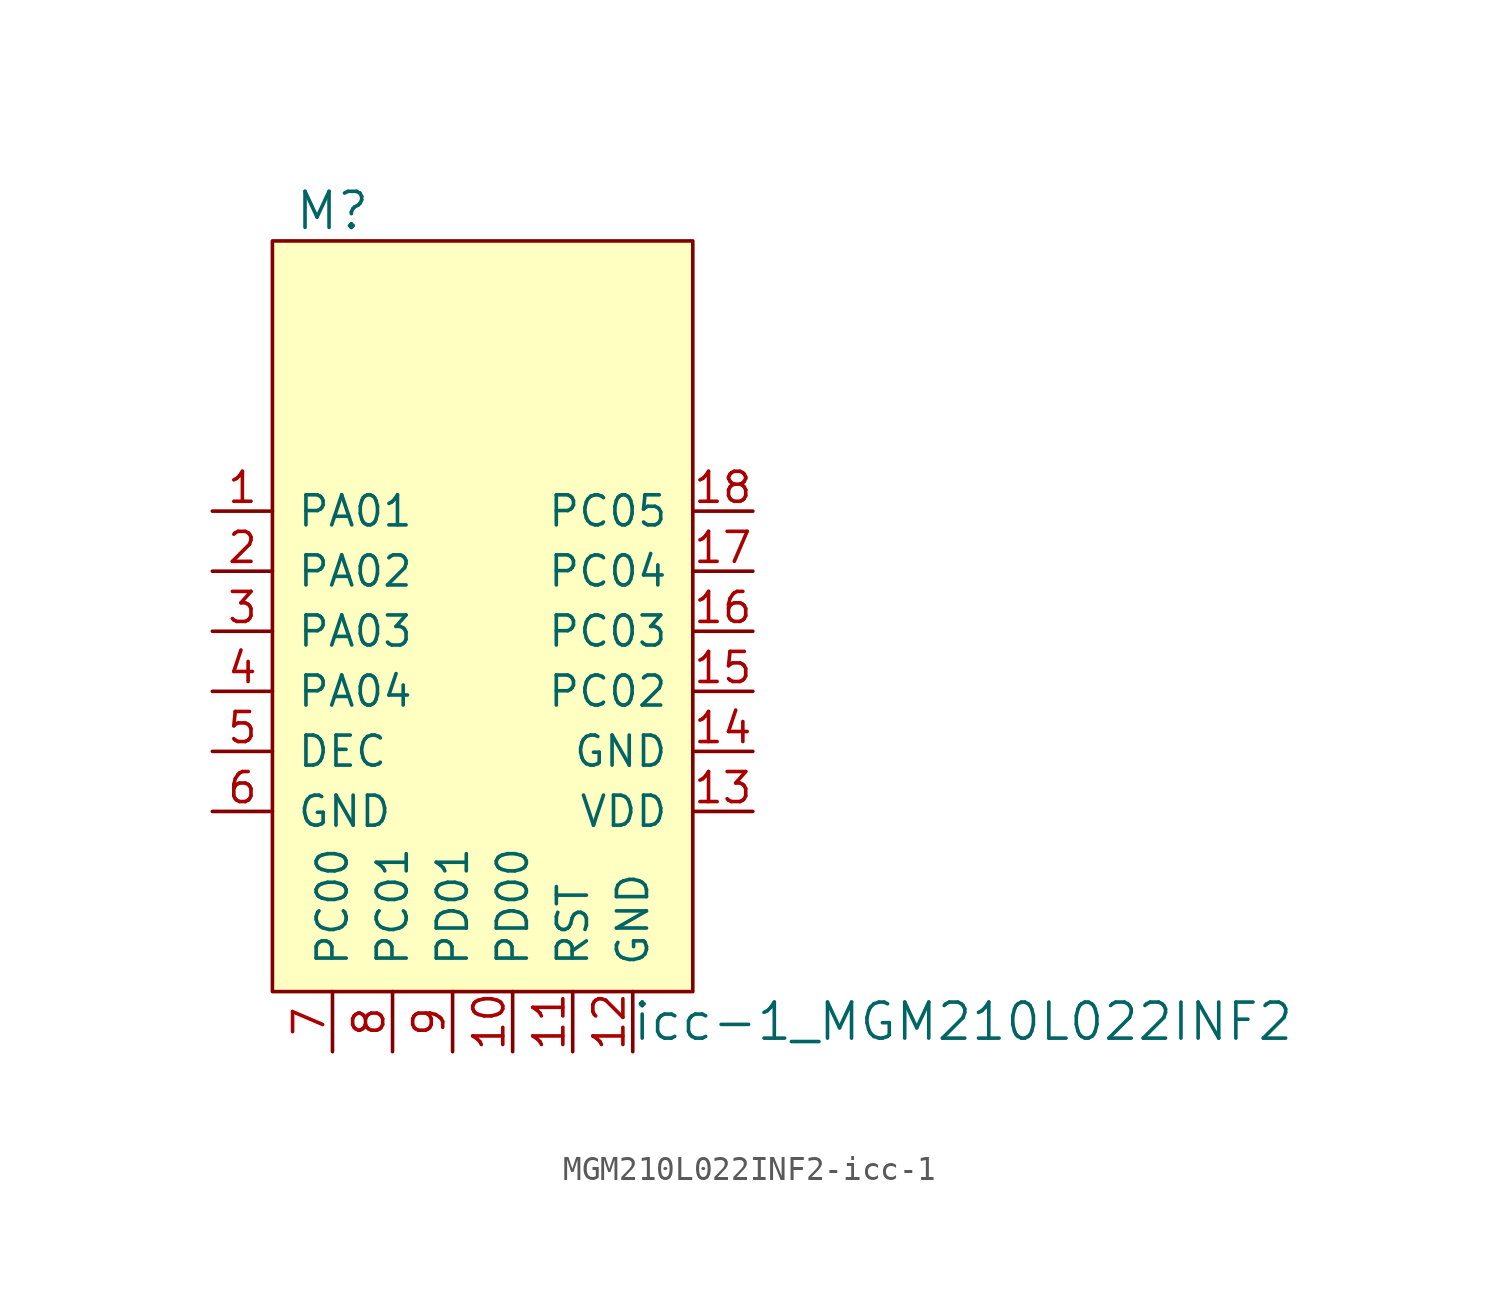
<source format=kicad_sym>
(kicad_symbol_lib
  (version 20220914)
  (generator kicad_symbol_editor)
  (symbol "MGM210L022INF2-icc-1"
    (pin_names
      (offset 1.016))
    (property "Reference" "M"
      (at -6.35 17.78 0)
      (effects (font (size 1.524 1.524))))
    (property "Value" "icc-1_MGM210L022INF2"
      (at 20.32 -16.51 0)
      (effects (font (size 1.524 1.524))))
    (symbol "MGM210L022INF2-icc-1_0_1"
      (rectangle (start -8.89 16.51) (end 8.89 -15.24) (stroke (width 0) (type solid)) (fill (type background))))
    (symbol "MGM210L022INF2-icc-1_1_1"
      (pin bidirectional line (at -11.43 5.08 0) (length 2.54) (name "PA01" (effects (font (size 1.27 1.27)))) (number "1" (effects (font (size 1.27 1.27)))))
      (pin bidirectional line (at 1.27 -17.78 90) (length 2.54) (name "PD00" (effects (font (size 1.27 1.27)))) (number "10" (effects (font (size 1.27 1.27)))))
      (pin bidirectional line (at 3.81 -17.78 90) (length 2.54) (name "RST" (effects (font (size 1.27 1.27)))) (number "11" (effects (font (size 1.27 1.27)))))
      (pin bidirectional line (at 6.35 -17.78 90) (length 2.54) (name "GND" (effects (font (size 1.27 1.27)))) (number "12" (effects (font (size 1.27 1.27)))))
      (pin bidirectional line (at 11.43 -7.62 180) (length 2.54) (name "VDD" (effects (font (size 1.27 1.27)))) (number "13" (effects (font (size 1.27 1.27)))))
      (pin bidirectional line (at 11.43 -5.08 180) (length 2.54) (name "GND" (effects (font (size 1.27 1.27)))) (number "14" (effects (font (size 1.27 1.27)))))
      (pin bidirectional line (at 11.43 -2.54 180) (length 2.54) (name "PC02" (effects (font (size 1.27 1.27)))) (number "15" (effects (font (size 1.27 1.27)))))
      (pin bidirectional line (at 11.43 0 180) (length 2.54) (name "PC03" (effects (font (size 1.27 1.27)))) (number "16" (effects (font (size 1.27 1.27)))))
      (pin bidirectional line (at 11.43 2.54 180) (length 2.54) (name "PC04" (effects (font (size 1.27 1.27)))) (number "17" (effects (font (size 1.27 1.27)))))
      (pin bidirectional line (at 11.43 5.08 180) (length 2.54) (name "PC05" (effects (font (size 1.27 1.27)))) (number "18" (effects (font (size 1.27 1.27)))))
      (pin bidirectional line (at -11.43 2.54 0) (length 2.54) (name "PA02" (effects (font (size 1.27 1.27)))) (number "2" (effects (font (size 1.27 1.27)))))
      (pin bidirectional line (at -11.43 0 0) (length 2.54) (name "PA03" (effects (font (size 1.27 1.27)))) (number "3" (effects (font (size 1.27 1.27)))))
      (pin bidirectional line (at -11.43 -2.54 0) (length 2.54) (name "PA04" (effects (font (size 1.27 1.27)))) (number "4" (effects (font (size 1.27 1.27)))))
      (pin bidirectional line (at -11.43 -5.08 0) (length 2.54) (name "DEC" (effects (font (size 1.27 1.27)))) (number "5" (effects (font (size 1.27 1.27)))))
      (pin bidirectional line (at -11.43 -7.62 0) (length 2.54) (name "GND" (effects (font (size 1.27 1.27)))) (number "6" (effects (font (size 1.27 1.27)))))
      (pin bidirectional line (at -6.35 -17.78 90) (length 2.54) (name "PC00" (effects (font (size 1.27 1.27)))) (number "7" (effects (font (size 1.27 1.27)))))
      (pin bidirectional line (at -3.81 -17.78 90) (length 2.54) (name "PC01" (effects (font (size 1.27 1.27)))) (number "8" (effects (font (size 1.27 1.27)))))
      (pin bidirectional line (at -1.27 -17.78 90) (length 2.54) (name "PD01" (effects (font (size 1.27 1.27)))) (number "9" (effects (font (size 1.27 1.27))))))))
</source>
